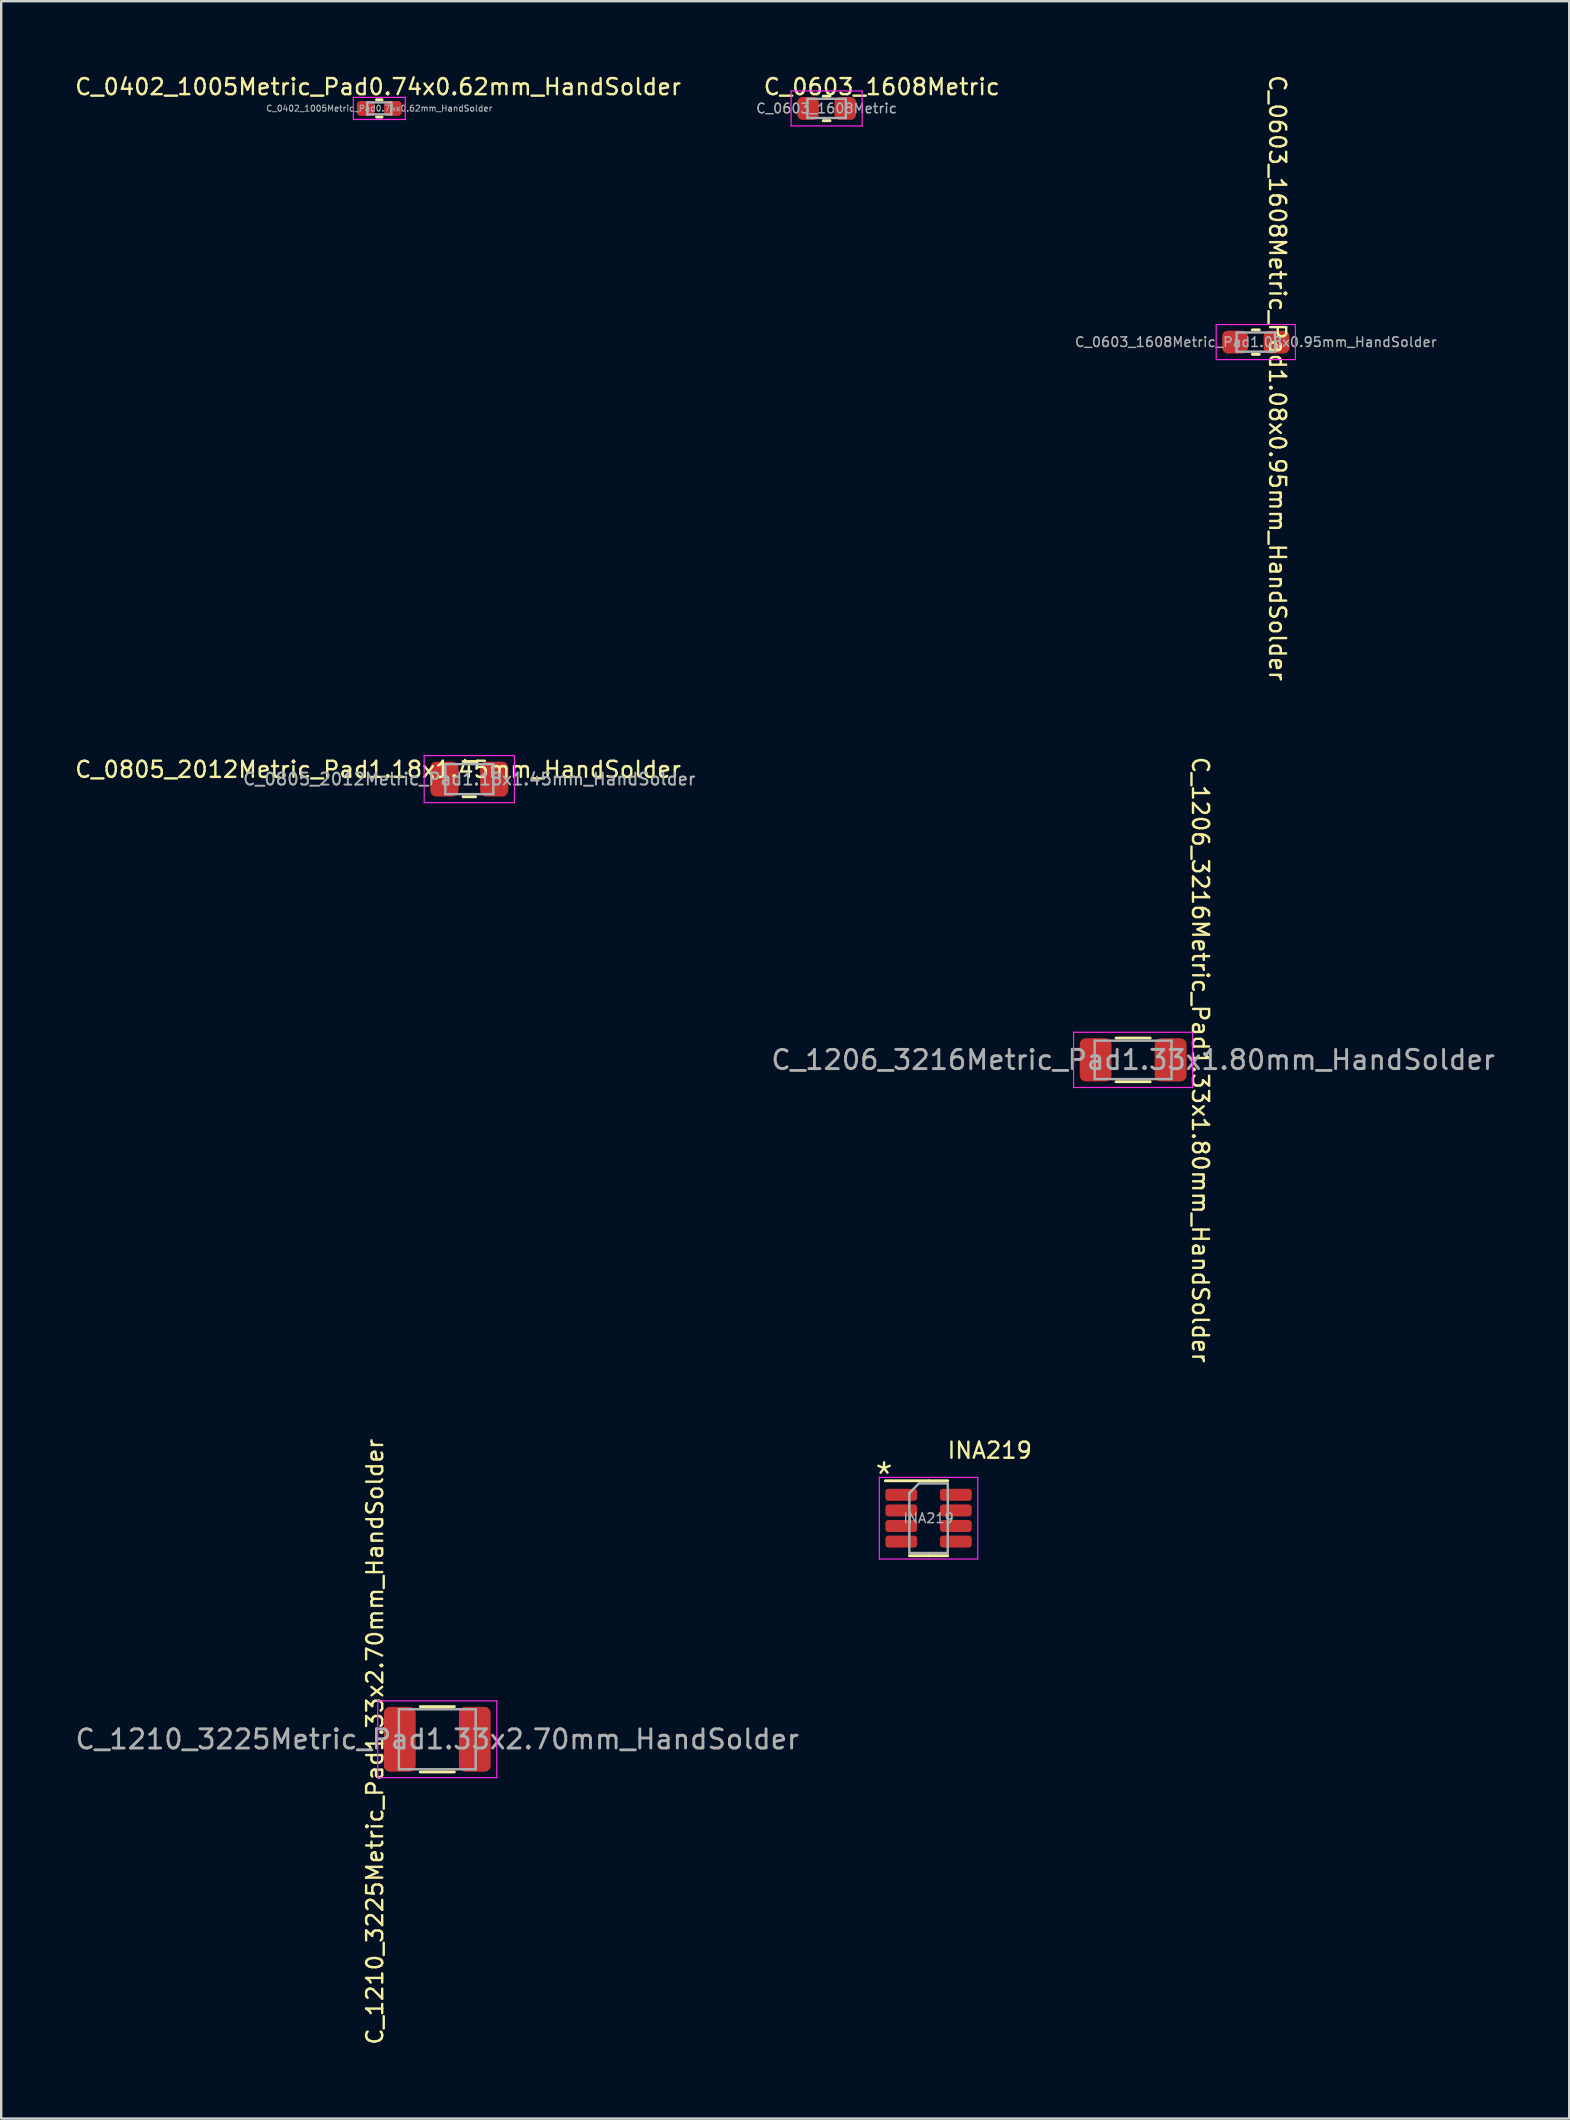
<source format=kicad_pcb>
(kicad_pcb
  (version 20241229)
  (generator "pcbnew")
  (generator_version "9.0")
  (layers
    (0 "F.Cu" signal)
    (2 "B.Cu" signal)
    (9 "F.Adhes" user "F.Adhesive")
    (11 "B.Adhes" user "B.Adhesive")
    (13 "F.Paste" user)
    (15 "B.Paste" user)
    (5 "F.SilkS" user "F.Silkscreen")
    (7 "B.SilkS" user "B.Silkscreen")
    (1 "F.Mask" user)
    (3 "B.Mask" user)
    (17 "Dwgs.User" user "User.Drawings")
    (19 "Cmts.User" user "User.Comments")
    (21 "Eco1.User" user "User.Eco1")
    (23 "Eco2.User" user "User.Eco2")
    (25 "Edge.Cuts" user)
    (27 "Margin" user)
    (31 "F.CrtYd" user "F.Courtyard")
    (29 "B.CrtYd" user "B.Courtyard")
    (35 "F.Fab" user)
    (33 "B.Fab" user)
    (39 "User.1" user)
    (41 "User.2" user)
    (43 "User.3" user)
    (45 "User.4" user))
  (footprint "INA219"
    (layer "F.Cu")
    (at 35.633 60.198)
    (property "Reference" "INA219" (at 2.55 -2.825 0) (unlocked yes) (layer "F.SilkS") (effects (font (size 0.67 0.67) (thickness 0.1))))
    (attr smd)
    (fp_line (start 0 -1.56) (end -1.8 -1.56) (stroke (width 0.12) (type solid)) (layer "F.SilkS"))
    (fp_line (start 0 -1.56) (end 0.8 -1.56) (stroke (width 0.12) (type solid)) (layer "F.SilkS"))
    (fp_line (start 0 1.56) (end -0.8 1.56) (stroke (width 0.12) (type solid)) (layer "F.SilkS"))
    (fp_line (start 0 1.56) (end 0.8 1.56) (stroke (width 0.12) (type solid)) (layer "F.SilkS"))
    (fp_line (start -2.05 -1.7) (end -2.05 1.7) (stroke (width 0.05) (type solid)) (layer "F.CrtYd"))
    (fp_line (start -2.05 1.7) (end 2.05 1.7) (stroke (width 0.05) (type solid)) (layer "F.CrtYd"))
    (fp_line (start 2.05 -1.7) (end -2.05 -1.7) (stroke (width 0.05) (type solid)) (layer "F.CrtYd"))
    (fp_line (start 2.05 1.7) (end 2.05 -1.7) (stroke (width 0.05) (type solid)) (layer "F.CrtYd"))
    (fp_line (start -0.8 -1.05) (end -0.4 -1.45) (stroke (width 0.1) (type solid)) (layer "F.Fab"))
    (fp_line (start -0.8 1.45) (end -0.8 -1.05) (stroke (width 0.1) (type solid)) (layer "F.Fab"))
    (fp_line (start -0.4 -1.45) (end 0.8 -1.45) (stroke (width 0.1) (type solid)) (layer "F.Fab"))
    (fp_line (start 0.8 -1.45) (end 0.8 1.45) (stroke (width 0.1) (type solid)) (layer "F.Fab"))
    (fp_line (start 0.8 1.45) (end -0.8 1.45) (stroke (width 0.1) (type solid)) (layer "F.Fab"))
    (fp_text user "*" (at -2.3 -1.2 0) (unlocked yes) (layer "F.SilkS") (effects (font (size 1 1) (thickness 0.1)) (justify left bottom)))
    (fp_text user "${REFERENCE}" (at 0 0 0) (layer "F.Fab") (effects (font (size 0.4 0.4) (thickness 0.06))))
    (pad "1" smd roundrect (at -1.137 -0.975) (size 1.325 0.5) (layers "F.Cu" "F.Mask" "F.Paste") (roundrect_rratio 0.25))
    (pad "2" smd roundrect (at -1.137 -0.325) (size 1.325 0.5) (layers "F.Cu" "F.Mask" "F.Paste") (roundrect_rratio 0.25))
    (pad "3" smd roundrect (at -1.137 0.325) (size 1.325 0.5) (layers "F.Cu" "F.Mask" "F.Paste") (roundrect_rratio 0.25))
    (pad "4" smd roundrect (at -1.137 0.975) (size 1.325 0.5) (layers "F.Cu" "F.Mask" "F.Paste") (roundrect_rratio 0.25))
    (pad "5" smd roundrect (at 1.137 0.975) (size 1.325 0.5) (layers "F.Cu" "F.Mask" "F.Paste") (roundrect_rratio 0.25))
    (pad "6" smd roundrect (at 1.137 0.325) (size 1.325 0.5) (layers "F.Cu" "F.Mask" "F.Paste") (roundrect_rratio 0.25))
    (pad "7" smd roundrect (at 1.137 -0.325) (size 1.325 0.5) (layers "F.Cu" "F.Mask" "F.Paste") (roundrect_rratio 0.25))
    (pad "8" smd roundrect (at 1.137 -0.975) (size 1.325 0.5) (layers "F.Cu" "F.Mask" "F.Paste") (roundrect_rratio 0.25)))
  (footprint "C_1210_3225Metric_Pad1.33x2.70mm_HandSolder"
    (layer "F.Cu")
    (at 15.167 69.407)
    (property "Reference" "C_1210_3225Metric_Pad1.33x2.70mm_HandSolder" (at -2.6 0.1 90) (unlocked yes) (layer "F.SilkS") (effects (font (size 0.67 0.67) (thickness 0.1))))
    (attr smd)
    (fp_line (start -0.711 -1.36) (end 0.711 -1.36) (stroke (width 0.12) (type solid)) (layer "F.SilkS"))
    (fp_line (start -0.711 1.36) (end 0.711 1.36) (stroke (width 0.12) (type solid)) (layer "F.SilkS"))
    (fp_line (start -2.48 -1.6) (end 2.48 -1.6) (stroke (width 0.05) (type solid)) (layer "F.CrtYd"))
    (fp_line (start -2.48 1.6) (end -2.48 -1.6) (stroke (width 0.05) (type solid)) (layer "F.CrtYd"))
    (fp_line (start 2.48 -1.6) (end 2.48 1.6) (stroke (width 0.05) (type solid)) (layer "F.CrtYd"))
    (fp_line (start 2.48 1.6) (end -2.48 1.6) (stroke (width 0.05) (type solid)) (layer "F.CrtYd"))
    (fp_line (start -1.6 -1.25) (end 1.6 -1.25) (stroke (width 0.1) (type solid)) (layer "F.Fab"))
    (fp_line (start -1.6 1.25) (end -1.6 -1.25) (stroke (width 0.1) (type solid)) (layer "F.Fab"))
    (fp_line (start 1.6 -1.25) (end 1.6 1.25) (stroke (width 0.1) (type solid)) (layer "F.Fab"))
    (fp_line (start 1.6 1.25) (end -1.6 1.25) (stroke (width 0.1) (type solid)) (layer "F.Fab"))
    (fp_text user "${REFERENCE}" (at 0 0 0) (layer "F.Fab") (effects (font (size 0.8 0.8) (thickness 0.12))))
    (pad "1" smd roundrect (at -1.562 0) (size 1.325 2.7) (layers "F.Cu" "F.Mask" "F.Paste") (roundrect_rratio 0.189))
    (pad "2" smd roundrect (at 1.562 0) (size 1.325 2.7) (layers "F.Cu" "F.Mask" "F.Paste") (roundrect_rratio 0.189)))
  (footprint "C_0603_1608Metric_Pad1.08x0.95mm_HandSolder"
    (layer "F.Cu")
    (at 49.266 11.201)
    (property "Reference" "C_0603_1608Metric_Pad1.08x0.95mm_HandSolder" (at 0.9 1.5 270) (unlocked yes) (layer "F.SilkS") (effects (font (size 0.67 0.67) (thickness 0.1))))
    (attr smd)
    (fp_line (start -0.146 -0.51) (end 0.146 -0.51) (stroke (width 0.12) (type solid)) (layer "F.SilkS"))
    (fp_line (start -0.146 0.51) (end 0.146 0.51) (stroke (width 0.12) (type solid)) (layer "F.SilkS"))
    (fp_line (start -1.65 -0.73) (end 1.65 -0.73) (stroke (width 0.05) (type solid)) (layer "F.CrtYd"))
    (fp_line (start -1.65 0.73) (end -1.65 -0.73) (stroke (width 0.05) (type solid)) (layer "F.CrtYd"))
    (fp_line (start 1.65 -0.73) (end 1.65 0.73) (stroke (width 0.05) (type solid)) (layer "F.CrtYd"))
    (fp_line (start 1.65 0.73) (end -1.65 0.73) (stroke (width 0.05) (type solid)) (layer "F.CrtYd"))
    (fp_line (start -0.8 -0.4) (end 0.8 -0.4) (stroke (width 0.1) (type solid)) (layer "F.Fab"))
    (fp_line (start -0.8 0.4) (end -0.8 -0.4) (stroke (width 0.1) (type solid)) (layer "F.Fab"))
    (fp_line (start 0.8 -0.4) (end 0.8 0.4) (stroke (width 0.1) (type solid)) (layer "F.Fab"))
    (fp_line (start 0.8 0.4) (end -0.8 0.4) (stroke (width 0.1) (type solid)) (layer "F.Fab"))
    (fp_text user "${REFERENCE}" (at 0 0 0) (layer "F.Fab") (effects (font (size 0.4 0.4) (thickness 0.06))))
    (pad "1" smd roundrect (at -0.863 0) (size 1.075 0.95) (layers "F.Cu" "F.Mask" "F.Paste") (roundrect_rratio 0.25))
    (pad "2" smd roundrect (at 0.863 0) (size 1.075 0.95) (layers "F.Cu" "F.Mask" "F.Paste") (roundrect_rratio 0.25)))
  (footprint "C_0805_2012Metric_Pad1.18x1.45mm_HandSolder"
    (layer "F.Cu")
    (at 16.501 29.408)
    (property "Reference" "C_0805_2012Metric_Pad1.18x1.45mm_HandSolder" (at -3.8 -0.4 0) (unlocked yes) (layer "F.SilkS") (effects (font (size 0.67 0.67) (thickness 0.1))))
    (attr smd)
    (fp_line (start -0.261 -0.735) (end 0.261 -0.735) (stroke (width 0.12) (type solid)) (layer "F.SilkS"))
    (fp_line (start -0.261 0.735) (end 0.261 0.735) (stroke (width 0.12) (type solid)) (layer "F.SilkS"))
    (fp_line (start -1.88 -0.98) (end 1.88 -0.98) (stroke (width 0.05) (type solid)) (layer "F.CrtYd"))
    (fp_line (start -1.88 0.98) (end -1.88 -0.98) (stroke (width 0.05) (type solid)) (layer "F.CrtYd"))
    (fp_line (start 1.88 -0.98) (end 1.88 0.98) (stroke (width 0.05) (type solid)) (layer "F.CrtYd"))
    (fp_line (start 1.88 0.98) (end -1.88 0.98) (stroke (width 0.05) (type solid)) (layer "F.CrtYd"))
    (fp_line (start -1 -0.625) (end 1 -0.625) (stroke (width 0.1) (type solid)) (layer "F.Fab"))
    (fp_line (start -1 0.625) (end -1 -0.625) (stroke (width 0.1) (type solid)) (layer "F.Fab"))
    (fp_line (start 1 -0.625) (end 1 0.625) (stroke (width 0.1) (type solid)) (layer "F.Fab"))
    (fp_line (start 1 0.625) (end -1 0.625) (stroke (width 0.1) (type solid)) (layer "F.Fab"))
    (fp_text user "${REFERENCE}" (at 0 0 0) (layer "F.Fab") (effects (font (size 0.5 0.5) (thickness 0.08))))
    (pad "1" smd roundrect (at -1.038 0) (size 1.175 1.45) (layers "F.Cu" "F.Mask" "F.Paste") (roundrect_rratio 0.213))
    (pad "2" smd roundrect (at 1.038 0) (size 1.175 1.45) (layers "F.Cu" "F.Mask" "F.Paste") (roundrect_rratio 0.213)))
  (footprint "C_0402_1005Metric_Pad0.74x0.62mm_HandSolder"
    (layer "F.Cu")
    (at 12.751 1.467)
    (property "Reference" "C_0402_1005Metric_Pad0.74x0.62mm_HandSolder" (at -0.05 -0.9 0) (unlocked yes) (layer "F.SilkS") (effects (font (size 0.67 0.67) (thickness 0.1))))
    (attr smd)
    (fp_line (start -0.116 -0.36) (end 0.116 -0.36) (stroke (width 0.12) (type solid)) (layer "F.SilkS"))
    (fp_line (start -0.116 0.36) (end 0.116 0.36) (stroke (width 0.12) (type solid)) (layer "F.SilkS"))
    (fp_line (start -1.08 -0.46) (end 1.08 -0.46) (stroke (width 0.05) (type solid)) (layer "F.CrtYd"))
    (fp_line (start -1.08 0.46) (end -1.08 -0.46) (stroke (width 0.05) (type solid)) (layer "F.CrtYd"))
    (fp_line (start 1.08 -0.46) (end 1.08 0.46) (stroke (width 0.05) (type solid)) (layer "F.CrtYd"))
    (fp_line (start 1.08 0.46) (end -1.08 0.46) (stroke (width 0.05) (type solid)) (layer "F.CrtYd"))
    (fp_line (start -0.5 -0.25) (end 0.5 -0.25) (stroke (width 0.1) (type solid)) (layer "F.Fab"))
    (fp_line (start -0.5 0.25) (end -0.5 -0.25) (stroke (width 0.1) (type solid)) (layer "F.Fab"))
    (fp_line (start 0.5 -0.25) (end 0.5 0.25) (stroke (width 0.1) (type solid)) (layer "F.Fab"))
    (fp_line (start 0.5 0.25) (end -0.5 0.25) (stroke (width 0.1) (type solid)) (layer "F.Fab"))
    (fp_text user "${REFERENCE}" (at 0 0 0) (layer "F.Fab") (effects (font (size 0.25 0.25) (thickness 0.04))))
    (pad "1" smd roundrect (at -0.568 0 180) (size 0.735 0.62) (layers "F.Cu" "F.Mask" "F.Paste") (roundrect_rratio 0.25))
    (pad "2" smd roundrect (at 0.568 0 180) (size 0.735 0.62) (layers "F.Cu" "F.Mask" "F.Paste") (roundrect_rratio 0.25)))
  (footprint "C_1206_3216Metric_Pad1.33x1.80mm_HandSolder"
    (layer "F.Cu")
    (at 44.155 41.103)
    (property "Reference" "C_1206_3216Metric_Pad1.33x1.80mm_HandSolder" (at 2.8 0.001 270) (unlocked yes) (layer "F.SilkS") (effects (font (size 0.67 0.67) (thickness 0.1))))
    (attr smd)
    (fp_line (start -0.711 -0.91) (end 0.711 -0.91) (stroke (width 0.12) (type solid)) (layer "F.SilkS"))
    (fp_line (start -0.711 0.91) (end 0.711 0.91) (stroke (width 0.12) (type solid)) (layer "F.SilkS"))
    (fp_line (start -2.48 -1.15) (end 2.48 -1.15) (stroke (width 0.05) (type solid)) (layer "F.CrtYd"))
    (fp_line (start -2.48 1.15) (end -2.48 -1.15) (stroke (width 0.05) (type solid)) (layer "F.CrtYd"))
    (fp_line (start 2.48 -1.15) (end 2.48 1.15) (stroke (width 0.05) (type solid)) (layer "F.CrtYd"))
    (fp_line (start 2.48 1.15) (end -2.48 1.15) (stroke (width 0.05) (type solid)) (layer "F.CrtYd"))
    (fp_line (start -1.6 -0.8) (end 1.6 -0.8) (stroke (width 0.1) (type solid)) (layer "F.Fab"))
    (fp_line (start -1.6 0.8) (end -1.6 -0.8) (stroke (width 0.1) (type solid)) (layer "F.Fab"))
    (fp_line (start 1.6 -0.8) (end 1.6 0.8) (stroke (width 0.1) (type solid)) (layer "F.Fab"))
    (fp_line (start 1.6 0.8) (end -1.6 0.8) (stroke (width 0.1) (type solid)) (layer "F.Fab"))
    (fp_text user "${REFERENCE}" (at 0 0 0) (layer "F.Fab") (effects (font (size 0.8 0.8) (thickness 0.12))))
    (pad "1" smd roundrect (at -1.562 0) (size 1.325 1.8) (layers "F.Cu" "F.Mask" "F.Paste") (roundrect_rratio 0.189))
    (pad "2" smd roundrect (at 1.562 0) (size 1.325 1.8) (layers "F.Cu" "F.Mask" "F.Paste") (roundrect_rratio 0.189)))
  (footprint "C_0603_1608Metric"
    (layer "F.Cu")
    (at 31.386 1.467)
    (property "Reference" "C_0603_1608Metric" (at 2.3 -0.9 0) (unlocked yes) (layer "F.SilkS") (effects (font (size 0.67 0.67) (thickness 0.1))))
    (attr smd)
    (fp_line (start -0.141 -0.51) (end 0.141 -0.51) (stroke (width 0.12) (type solid)) (layer "F.SilkS"))
    (fp_line (start -0.141 0.51) (end 0.141 0.51) (stroke (width 0.12) (type solid)) (layer "F.SilkS"))
    (fp_line (start -1.48 -0.73) (end 1.48 -0.73) (stroke (width 0.05) (type solid)) (layer "F.CrtYd"))
    (fp_line (start -1.48 0.73) (end -1.48 -0.73) (stroke (width 0.05) (type solid)) (layer "F.CrtYd"))
    (fp_line (start 1.48 -0.73) (end 1.48 0.73) (stroke (width 0.05) (type solid)) (layer "F.CrtYd"))
    (fp_line (start 1.48 0.73) (end -1.48 0.73) (stroke (width 0.05) (type solid)) (layer "F.CrtYd"))
    (fp_line (start -0.8 -0.4) (end 0.8 -0.4) (stroke (width 0.1) (type solid)) (layer "F.Fab"))
    (fp_line (start -0.8 0.4) (end -0.8 -0.4) (stroke (width 0.1) (type solid)) (layer "F.Fab"))
    (fp_line (start 0.8 -0.4) (end 0.8 0.4) (stroke (width 0.1) (type solid)) (layer "F.Fab"))
    (fp_line (start 0.8 0.4) (end -0.8 0.4) (stroke (width 0.1) (type solid)) (layer "F.Fab"))
    (fp_text user "${REFERENCE}" (at 0 0 0) (layer "F.Fab") (effects (font (size 0.4 0.4) (thickness 0.06))))
    (pad "1" smd roundrect (at -0.775 0) (size 0.9 0.95) (layers "F.Cu" "F.Mask" "F.Paste") (roundrect_rratio 0.25))
    (pad "2" smd roundrect (at 0.775 0) (size 0.9 0.95) (layers "F.Cu" "F.Mask" "F.Paste") (roundrect_rratio 0.25)))
  (gr_rect
    (start -3 -3)
    (end 62.321 85.208)
    (stroke (width 0.1) (type default))
    (fill no)
    (layer "Edge.Cuts")))
</source>
